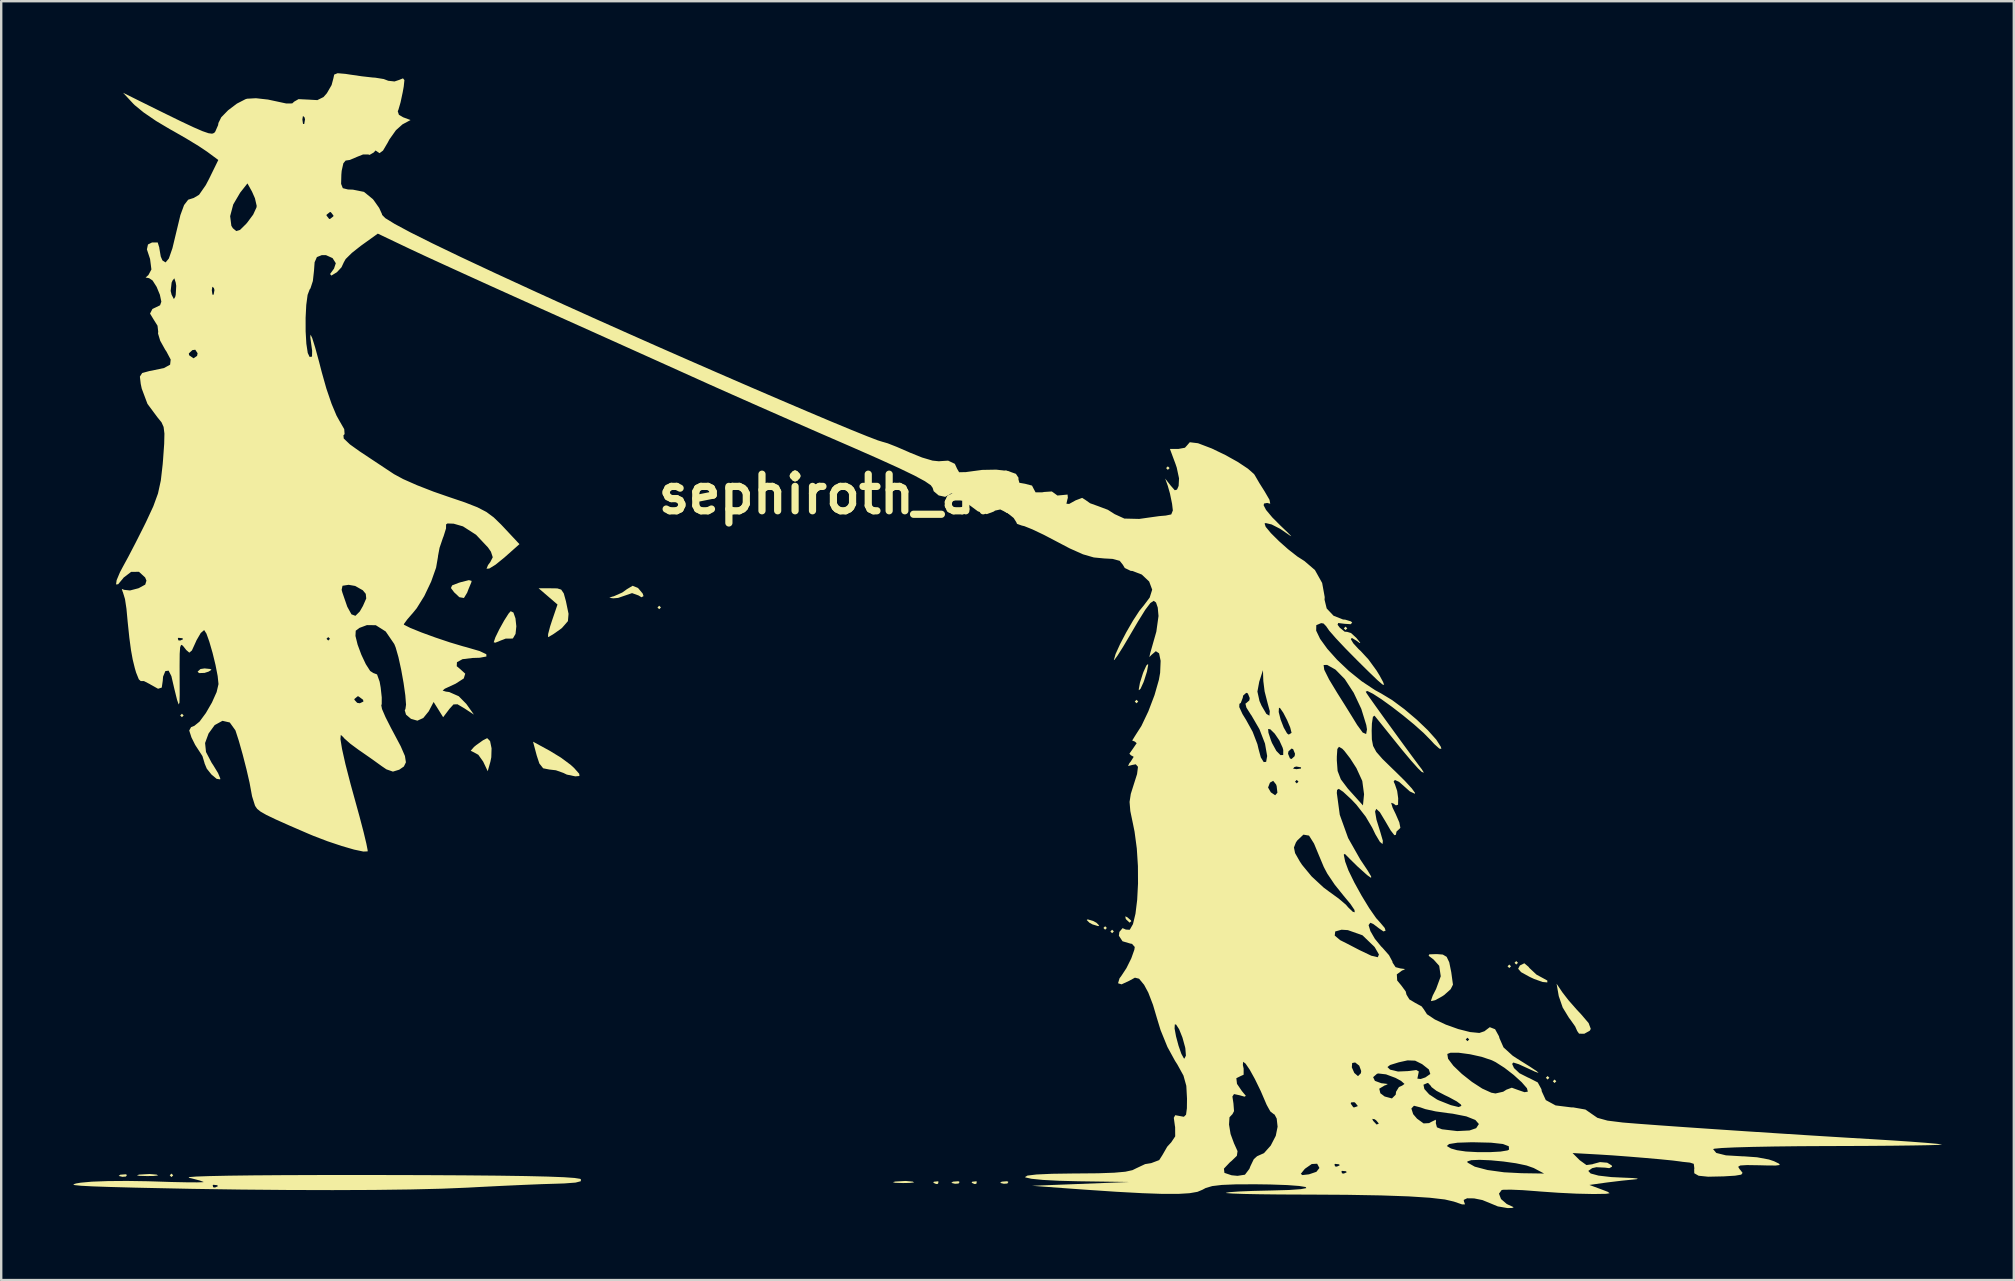
<source format=kicad_pcb>
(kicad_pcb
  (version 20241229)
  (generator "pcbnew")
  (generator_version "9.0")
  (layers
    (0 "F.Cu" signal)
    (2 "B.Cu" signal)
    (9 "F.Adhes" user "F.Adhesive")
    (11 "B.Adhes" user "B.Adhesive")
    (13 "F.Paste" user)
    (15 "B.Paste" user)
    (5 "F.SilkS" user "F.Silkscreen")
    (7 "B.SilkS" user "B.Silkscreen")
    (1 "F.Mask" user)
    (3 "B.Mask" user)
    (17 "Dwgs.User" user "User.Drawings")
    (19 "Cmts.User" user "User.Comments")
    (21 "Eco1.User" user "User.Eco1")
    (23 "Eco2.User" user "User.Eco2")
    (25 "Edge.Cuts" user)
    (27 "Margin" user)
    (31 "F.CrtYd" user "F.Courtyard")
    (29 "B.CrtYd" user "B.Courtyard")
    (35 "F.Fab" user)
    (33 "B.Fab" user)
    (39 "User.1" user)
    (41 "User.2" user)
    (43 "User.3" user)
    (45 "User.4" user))
  (footprint "sephiroth_art"
    (layer "F.Cu")
    (at 31.888 17.54)
    (property "Reference" "sephiroth_art" (at 0 0 0) (layer "F.SilkS") (effects (font (size 1.524 1.524) (thickness 0.3))))
    (attr board_only exclude_from_pos_files exclude_from_bom)
    (fp_poly (pts (xy -27.722 28.375) (xy -27.795 28.448) (xy -27.867 28.375) (xy -27.795 28.303)) (stroke (width 0) (type solid)) (fill yes) (layer "F.SilkS"))
    (fp_poly (pts (xy -27.287 9.217) (xy -27.359 9.289) (xy -27.432 9.217) (xy -27.359 9.144)) (stroke (width 0) (type solid)) (fill yes) (layer "F.SilkS"))
    (fp_poly (pts (xy -7.402 4.717) (xy -7.475 4.79) (xy -7.547 4.717) (xy -7.475 4.645)) (stroke (width 0) (type solid)) (fill yes) (layer "F.SilkS"))
    (fp_poly (pts (xy 11.176 18.07) (xy 11.103 18.143) (xy 11.031 18.07) (xy 11.103 17.998)) (stroke (width 0) (type solid)) (fill yes) (layer "F.SilkS"))
    (fp_poly (pts (xy 11.466 18.215) (xy 11.394 18.288) (xy 11.321 18.215) (xy 11.394 18.143)) (stroke (width 0) (type solid)) (fill yes) (layer "F.SilkS"))
    (fp_poly (pts (xy 12.482 8.636) (xy 12.41 8.709) (xy 12.337 8.636) (xy 12.41 8.563)) (stroke (width 0) (type solid)) (fill yes) (layer "F.SilkS"))
    (fp_poly (pts (xy 13.789 -1.089) (xy 13.716 -1.016) (xy 13.643 -1.089) (xy 13.716 -1.161)) (stroke (width 0) (type solid)) (fill yes) (layer "F.SilkS"))
    (fp_poly (pts (xy 21.191 5.588) (xy 21.118 5.661) (xy 21.046 5.588) (xy 21.118 5.515)) (stroke (width 0) (type solid)) (fill yes) (layer "F.SilkS"))
    (fp_poly (pts (xy 28.013 19.667) (xy 27.94 19.739) (xy 27.867 19.667) (xy 27.94 19.594)) (stroke (width 0) (type solid)) (fill yes) (layer "F.SilkS"))
    (fp_poly (pts (xy 28.303 19.522) (xy 28.23 19.594) (xy 28.158 19.522) (xy 28.23 19.449)) (stroke (width 0) (type solid)) (fill yes) (layer "F.SilkS"))
    (fp_poly (pts (xy 29.609 24.311) (xy 29.537 24.384) (xy 29.464 24.311) (xy 29.537 24.239)) (stroke (width 0) (type solid)) (fill yes) (layer "F.SilkS"))
    (fp_poly (pts (xy 29.899 24.457) (xy 29.827 24.529) (xy 29.754 24.457) (xy 29.827 24.384)) (stroke (width 0) (type solid)) (fill yes) (layer "F.SilkS"))
    (fp_poly (pts (xy -29.648 28.36) (xy -29.692 28.426) (xy -29.839 28.437) (xy -29.994 28.401) (xy -29.927 28.349) (xy -29.7 28.332)) (stroke (width 0) (type solid)) (fill yes) (layer "F.SilkS"))
    (fp_poly (pts (xy 4.161 28.642) (xy 4.141 28.728) (xy 4.064 28.738) (xy 3.945 28.685) (xy 3.967 28.642) (xy 4.139 28.624)) (stroke (width 0) (type solid)) (fill yes) (layer "F.SilkS"))
    (fp_poly (pts (xy 5.041 28.651) (xy 4.997 28.717) (xy 4.85 28.727) (xy 4.695 28.691) (xy 4.763 28.639) (xy 4.989 28.622)) (stroke (width 0) (type solid)) (fill yes) (layer "F.SilkS"))
    (fp_poly (pts (xy 5.757 28.642) (xy 5.737 28.728) (xy 5.661 28.738) (xy 5.541 28.685) (xy 5.564 28.642) (xy 5.736 28.624)) (stroke (width 0) (type solid)) (fill yes) (layer "F.SilkS"))
    (fp_poly (pts (xy 7.073 28.651) (xy 7.029 28.717) (xy 6.882 28.727) (xy 6.727 28.691) (xy 6.795 28.639) (xy 7.021 28.622)) (stroke (width 0) (type solid)) (fill yes) (layer "F.SilkS"))
    (fp_poly (pts (xy 12.024 17.621) (xy 12.179 17.756) (xy 12.192 17.789) (xy 12.123 17.848) (xy 11.98 17.715) (xy 11.96 17.685) (xy 11.943 17.586)) (stroke (width 0) (type solid)) (fill yes) (layer "F.SilkS"))
    (fp_poly (pts (xy -28.41 28.346) (xy -28.351 28.38) (xy -28.541 28.402) (xy -28.811 28.406) (xy -29.14 28.396) (xy -29.236 28.37) (xy -29.135 28.344) (xy -28.706 28.32)) (stroke (width 0) (type solid)) (fill yes) (layer "F.SilkS"))
    (fp_poly (pts (xy -26.18 7.281) (xy -26.126 7.313) (xy -26.245 7.389) (xy -26.416 7.444) (xy -26.647 7.452) (xy -26.706 7.389) (xy -26.585 7.282) (xy -26.416 7.257)) (stroke (width 0) (type solid)) (fill yes) (layer "F.SilkS"))
    (fp_poly (pts (xy 3.086 28.636) (xy 3.145 28.67) (xy 2.955 28.692) (xy 2.685 28.697) (xy 2.356 28.686) (xy 2.26 28.66) (xy 2.361 28.634) (xy 2.79 28.61)) (stroke (width 0) (type solid)) (fill yes) (layer "F.SilkS"))
    (fp_poly (pts (xy 10.616 17.784) (xy 10.741 17.853) (xy 10.857 17.968) (xy 10.813 17.993) (xy 10.575 17.921) (xy 10.45 17.853) (xy 10.334 17.738) (xy 10.378 17.712)) (stroke (width 0) (type solid)) (fill yes) (layer "F.SilkS"))
    (fp_poly (pts (xy -15.289 3.611) (xy -15.304 3.676) (xy -15.422 3.959) (xy -15.475 4.1) (xy -15.61 4.323) (xy -15.801 4.29) (xy -16.016 4.088) (xy -16.152 3.908) (xy -16.101 3.797) (xy -15.822 3.689) (xy -15.74 3.664) (xy -15.403 3.579)) (stroke (width 0) (type solid)) (fill yes) (layer "F.SilkS"))
    (fp_poly (pts (xy 12.896 7.112) (xy 12.846 7.387) (xy 12.723 7.777) (xy 12.7 7.838) (xy 12.578 8.106) (xy 12.51 8.165) (xy 12.504 8.128) (xy 12.554 7.853) (xy 12.677 7.463) (xy 12.7 7.402) (xy 12.822 7.134) (xy 12.89 7.075)) (stroke (width 0) (type solid)) (fill yes) (layer "F.SilkS"))
    (fp_poly (pts (xy -14.521 10.284) (xy -14.459 10.585) (xy -14.47 10.959) (xy -14.507 11.142) (xy -14.619 11.539) (xy -14.808 11.14) (xy -15.011 10.855) (xy -15.227 10.737) (xy -15.328 10.687) (xy -15.19 10.528) (xy -15.095 10.45) (xy -14.816 10.251) (xy -14.643 10.163) (xy -14.64 10.163)) (stroke (width 0) (type solid)) (fill yes) (layer "F.SilkS"))
    (fp_poly (pts (xy 28.744 19.69) (xy 28.777 19.736) (xy 29.075 20.014) (xy 29.318 20.146) (xy 29.525 20.26) (xy 29.525 20.339) (xy 29.325 20.32) (xy 28.974 20.194) (xy 28.791 20.109) (xy 28.434 19.912) (xy 28.31 19.77) (xy 28.379 19.637) (xy 28.384 19.632) (xy 28.567 19.541)) (stroke (width 0) (type solid)) (fill yes) (layer "F.SilkS"))
    (fp_poly (pts (xy -13.549 4.928) (xy -13.463 5.172) (xy -13.427 5.505) (xy -13.46 5.819) (xy -13.57 6.008) (xy -13.657 6.015) (xy -13.87 6.015) (xy -14.076 6.094) (xy -14.301 6.185) (xy -14.369 6.168) (xy -14.301 5.964) (xy -14.135 5.624) (xy -13.931 5.257) (xy -13.748 4.97) (xy -13.662 4.874)) (stroke (width 0) (type solid)) (fill yes) (layer "F.SilkS"))
    (fp_poly (pts (xy -12.034 10.689) (xy -11.568 10.974) (xy -11.162 11.275) (xy -11.013 11.413) (xy -10.807 11.647) (xy -10.797 11.739) (xy -10.969 11.754) (xy -11.325 11.68) (xy -11.466 11.611) (xy -11.779 11.5) (xy -12.053 11.469) (xy -12.309 11.418) (xy -12.468 11.218) (xy -12.577 10.888) (xy -12.731 10.31)) (stroke (width 0) (type solid)) (fill yes) (layer "F.SilkS"))
    (fp_poly (pts (xy -8.368 3.901) (xy -8.348 3.917) (xy -8.164 4.136) (xy -8.128 4.245) (xy -8.214 4.293) (xy -8.336 4.217) (xy -8.606 4.12) (xy -8.835 4.199) (xy -9.188 4.32) (xy -9.388 4.337) (xy -9.553 4.315) (xy -9.443 4.27) (xy -9.362 4.25) (xy -9.012 4.094) (xy -8.82 3.956) (xy -8.583 3.814)) (stroke (width 0) (type solid)) (fill yes) (layer "F.SilkS"))
    (fp_poly (pts (xy -11.722 3.923) (xy -11.558 3.974) (xy -11.451 4.132) (xy -11.361 4.457) (xy -11.252 4.983) (xy -11.278 5.287) (xy -11.526 5.572) (xy -11.609 5.636) (xy -11.906 5.843) (xy -12.09 5.948) (xy -12.105 5.951) (xy -12.103 5.828) (xy -12.021 5.514) (xy -11.943 5.273) (xy -11.712 4.595) (xy -12.498 3.919) (xy -11.985 3.919)) (stroke (width 0) (type solid)) (fill yes) (layer "F.SilkS"))
    (fp_poly (pts (xy 30.155 20.755) (xy 30.405 21.078) (xy 30.755 21.477) (xy 30.925 21.657) (xy 31.246 22.033) (xy 31.335 22.273) (xy 31.299 22.346) (xy 31.066 22.477) (xy 30.848 22.474) (xy 30.77 22.363) (xy 30.685 22.172) (xy 30.475 21.875) (xy 30.43 21.819) (xy 30.165 21.384) (xy 30.001 20.908) (xy 30 20.901) (xy 29.911 20.393)) (stroke (width 0) (type solid)) (fill yes) (layer "F.SilkS"))
    (fp_poly (pts (xy 25.17 19.178) (xy 25.331 19.273) (xy 25.439 19.5) (xy 25.523 19.914) (xy 25.594 20.432) (xy 25.498 20.622) (xy 25.23 20.862) (xy 25.146 20.918) (xy 24.851 21.08) (xy 24.69 21.116) (xy 24.679 21.096) (xy 24.749 20.891) (xy 24.892 20.61) (xy 25.085 20.082) (xy 25.021 19.647) (xy 24.787 19.385) (xy 24.581 19.229) (xy 24.606 19.169) (xy 24.892 19.159) (xy 24.926 19.159)) (stroke (width 0) (type solid)) (fill yes) (layer "F.SilkS"))
    (fp_poly (pts (xy -19.275 28.362) (xy -17.305 28.367) (xy -15.614 28.376) (xy -14.193 28.389) (xy -13.032 28.406) (xy -12.119 28.428) (xy -11.445 28.454) (xy -11 28.485) (xy -10.772 28.521) (xy -10.739 28.536) (xy -10.74 28.621) (xy -10.96 28.678) (xy -11.428 28.713) (xy -11.784 28.725) (xy -12.355 28.742) (xy -13.132 28.774) (xy -14.033 28.815) (xy -14.974 28.862) (xy -15.458 28.888) (xy -16.521 28.932) (xy -17.836 28.964) (xy -19.368 28.984) (xy -21.079 28.991) (xy -22.931 28.986) (xy -24.887 28.969) (xy -26.911 28.939) (xy -28.966 28.896) (xy -29.319 28.888) (xy -30.328 28.861) (xy -31.068 28.836) (xy -31.561 28.81) (xy -31.789 28.787) (xy -26.077 28.787) (xy -26.057 28.873) (xy -25.981 28.883) (xy -25.861 28.83) (xy -25.884 28.787) (xy -26.056 28.769) (xy -26.077 28.787) (xy -31.789 28.787) (xy -31.827 28.783) (xy -31.888 28.751) (xy -31.764 28.713) (xy -31.578 28.682) (xy -31.114 28.64) (xy -30.441 28.615) (xy -29.641 28.609) (xy -28.793 28.622) (xy -28.558 28.629) (xy -27.809 28.653) (xy -27.181 28.666) (xy -26.721 28.669) (xy -26.478 28.661) (xy -26.453 28.653) (xy -26.615 28.591) (xy -26.955 28.502) (xy -27.078 28.475) (xy -27.057 28.449) (xy -26.761 28.426) (xy -26.206 28.407) (xy -25.407 28.39) (xy -24.38 28.377) (xy -23.14 28.368) (xy -21.702 28.363) (xy -20.082 28.361)) (stroke (width 0) (type solid)) (fill yes) (layer "F.SilkS"))
    (fp_poly (pts (xy -20.545 -17.512) (xy -20.356 -17.483) (xy -19.859 -17.411) (xy -19.424 -17.362) (xy -19.304 -17.354) (xy -18.951 -17.297) (xy -18.763 -17.225) (xy -18.502 -17.196) (xy -18.311 -17.26) (xy -18.149 -17.326) (xy -18.09 -17.253) (xy -18.118 -16.983) (xy -18.16 -16.749) (xy -18.251 -16.324) (xy -18.339 -16.02) (xy -18.367 -15.955) (xy -18.319 -15.807) (xy -18.143 -15.704) (xy -17.834 -15.589) (xy -18.17 -15.409) (xy -18.443 -15.165) (xy -18.716 -14.78) (xy -18.785 -14.649) (xy -18.981 -14.317) (xy -19.128 -14.208) (xy -19.166 -14.236) (xy -19.292 -14.321) (xy -19.368 -14.237) (xy -19.54 -14.137) (xy -19.601 -14.156) (xy -19.815 -14.154) (xy -20.063 -14.055) (xy -20.365 -13.926) (xy -20.538 -13.901) (xy -20.633 -13.789) (xy -20.703 -13.477) (xy -20.717 -13.314) (xy -20.727 -12.929) (xy -20.656 -12.75) (xy -20.44 -12.696) (xy -20.235 -12.689) (xy -19.774 -12.596) (xy -19.408 -12.297) (xy -19.371 -12.253) (xy -19.141 -11.926) (xy -19.023 -11.668) (xy -19.019 -11.637) (xy -18.887 -11.502) (xy -18.494 -11.26) (xy -17.839 -10.909) (xy -16.921 -10.45) (xy -15.739 -9.881) (xy -14.292 -9.203) (xy -12.578 -8.414) (xy -11.466 -7.908) (xy -10.236 -7.353) (xy -8.94 -6.774) (xy -7.606 -6.182) (xy -6.259 -5.59) (xy -4.929 -5.009) (xy -3.643 -4.451) (xy -2.427 -3.928) (xy -1.309 -3.451) (xy -0.317 -3.032) (xy 0.522 -2.684) (xy 1.18 -2.418) (xy 1.631 -2.245) (xy 1.846 -2.178) (xy 1.853 -2.177) (xy 2.045 -2.121) (xy 2.423 -1.972) (xy 2.908 -1.762) (xy 2.966 -1.735) (xy 3.478 -1.529) (xy 3.914 -1.4) (xy 4.186 -1.372) (xy 4.2 -1.376) (xy 4.562 -1.399) (xy 4.842 -1.266) (xy 4.935 -1.062) (xy 5.02 -0.916) (xy 5.31 -0.922) (xy 5.334 -0.927) (xy 5.973 -1.013) (xy 6.567 -1.024) (xy 7.056 -0.967) (xy 7.386 -0.849) (xy 7.498 -0.679) (xy 7.488 -0.634) (xy 7.53 -0.477) (xy 7.77 -0.435) (xy 8.057 -0.36) (xy 8.128 -0.221) (xy 8.204 -0.08) (xy 8.473 -0.078) (xy 8.563 -0.094) (xy 8.882 -0.115) (xy 8.999 -0.032) (xy 9.115 0.054) (xy 9.314 0.036) (xy 9.538 0.014) (xy 9.55 0.154) (xy 9.536 0.194) (xy 9.49 0.395) (xy 9.603 0.405) (xy 9.876 0.254) (xy 10.146 0.152) (xy 10.273 0.232) (xy 10.479 0.377) (xy 10.813 0.497) (xy 11.217 0.649) (xy 11.501 0.83) (xy 11.904 1.014) (xy 12.524 1.029) (xy 12.918 0.973) (xy 13.357 0.912) (xy 13.626 0.889) (xy 13.857 0.842) (xy 13.924 0.676) (xy 13.892 0.399) (xy 13.804 -0.029) (xy 13.709 -0.363) (xy 13.604 -0.653) (xy 13.831 -0.363) (xy 14.005 -0.165) (xy 14.098 -0.194) (xy 14.165 -0.347) (xy 14.182 -0.661) (xy 14.086 -1.11) (xy 14.037 -1.255) (xy 13.802 -1.887) (xy 14.158 -1.887) (xy 14.428 -1.937) (xy 14.514 -2.032) (xy 14.629 -2.166) (xy 14.974 -2.124) (xy 15.546 -1.906) (xy 16.112 -1.633) (xy 16.631 -1.344) (xy 17.053 -1.063) (xy 17.306 -0.84) (xy 17.334 -0.799) (xy 17.53 -0.462) (xy 17.744 -0.123) (xy 17.95 0.231) (xy 17.982 0.396) (xy 17.853 0.363) (xy 17.722 0.388) (xy 17.707 0.463) (xy 17.807 0.654) (xy 18.067 0.966) (xy 18.406 1.306) (xy 18.709 1.595) (xy 18.857 1.748) (xy 18.822 1.736) (xy 18.806 1.724) (xy 18.403 1.446) (xy 18.039 1.259) (xy 17.792 1.201) (xy 17.746 1.219) (xy 17.792 1.359) (xy 18.009 1.62) (xy 18.339 1.949) (xy 18.724 2.291) (xy 19.106 2.591) (xy 19.407 2.784) (xy 19.843 3.158) (xy 20.144 3.697) (xy 20.251 4.285) (xy 20.244 4.395) (xy 20.333 4.759) (xy 20.62 5.063) (xy 21.014 5.219) (xy 21.105 5.225) (xy 21.345 5.298) (xy 21.396 5.349) (xy 21.333 5.415) (xy 21.078 5.398) (xy 20.813 5.365) (xy 20.787 5.438) (xy 20.881 5.563) (xy 21.082 5.727) (xy 21.188 5.735) (xy 21.348 5.783) (xy 21.571 5.988) (xy 21.734 6.189) (xy 21.704 6.197) (xy 21.59 6.112) (xy 21.382 5.986) (xy 21.338 6.036) (xy 21.44 6.209) (xy 21.668 6.458) (xy 21.749 6.531) (xy 22.073 6.882) (xy 22.411 7.347) (xy 22.54 7.558) (xy 22.681 7.818) (xy 22.727 7.945) (xy 22.656 7.925) (xy 22.445 7.743) (xy 22.071 7.383) (xy 21.618 6.935) (xy 21.125 6.436) (xy 20.718 6.004) (xy 20.437 5.682) (xy 20.321 5.515) (xy 20.32 5.509) (xy 20.202 5.386) (xy 20.102 5.37) (xy 19.9 5.455) (xy 19.895 5.684) (xy 20.058 6.025) (xy 20.359 6.441) (xy 20.767 6.897) (xy 21.254 7.359) (xy 21.79 7.791) (xy 22.344 8.159) (xy 22.602 8.3) (xy 23.059 8.576) (xy 23.572 8.957) (xy 24.086 9.392) (xy 24.547 9.832) (xy 24.9 10.227) (xy 25.091 10.526) (xy 25.11 10.609) (xy 25.027 10.598) (xy 24.816 10.409) (xy 24.676 10.256) (xy 24.371 9.946) (xy 23.97 9.588) (xy 23.515 9.214) (xy 23.051 8.856) (xy 22.621 8.546) (xy 22.266 8.316) (xy 22.032 8.198) (xy 21.961 8.223) (xy 21.984 8.273) (xy 22.108 8.456) (xy 22.364 8.817) (xy 22.709 9.298) (xy 23.104 9.842) (xy 23.506 10.394) (xy 23.875 10.897) (xy 24.17 11.294) (xy 24.295 11.458) (xy 24.384 11.601) (xy 24.294 11.57) (xy 24.136 11.419) (xy 23.849 11.097) (xy 23.482 10.659) (xy 23.286 10.417) (xy 22.902 9.939) (xy 22.582 9.541) (xy 22.372 9.282) (xy 22.324 9.224) (xy 22.259 9.274) (xy 22.217 9.55) (xy 22.207 9.849) (xy 22.215 10.214) (xy 22.266 10.486) (xy 22.4 10.735) (xy 22.657 11.029) (xy 23.077 11.439) (xy 23.187 11.544) (xy 23.592 11.944) (xy 23.881 12.259) (xy 24.015 12.446) (xy 24.007 12.478) (xy 23.8 12.383) (xy 23.586 12.192) (xy 23.35 11.983) (xy 23.174 11.904) (xy 23.123 11.972) (xy 23.175 12.083) (xy 23.269 12.358) (xy 23.312 12.668) (xy 23.306 12.936) (xy 23.216 12.962) (xy 23.113 12.886) (xy 23.018 12.855) (xy 23.077 13.052) (xy 23.205 13.318) (xy 23.359 13.673) (xy 23.403 13.896) (xy 23.371 13.934) (xy 23.242 14.054) (xy 23.216 14.188) (xy 23.154 14.205) (xy 22.998 14.006) (xy 22.787 13.643) (xy 22.547 13.245) (xy 22.398 13.108) (xy 22.349 13.218) (xy 22.407 13.558) (xy 22.565 14.066) (xy 22.673 14.44) (xy 22.66 14.574) (xy 22.549 14.481) (xy 22.364 14.171) (xy 22.229 13.891) (xy 21.955 13.428) (xy 21.569 12.933) (xy 21.354 12.707) (xy 21.018 12.396) (xy 20.837 12.274) (xy 20.766 12.32) (xy 20.755 12.446) (xy 20.878 13.355) (xy 21.227 14.325) (xy 21.732 15.216) (xy 22.038 15.674) (xy 22.185 15.922) (xy 22.183 15.983) (xy 22.041 15.884) (xy 21.972 15.826) (xy 21.608 15.499) (xy 21.294 15.19) (xy 21.278 15.173) (xy 21.09 14.983) (xy 21.044 15.015) (xy 21.102 15.298) (xy 21.106 15.313) (xy 21.239 15.673) (xy 21.482 16.171) (xy 21.787 16.723) (xy 22.106 17.246) (xy 22.391 17.656) (xy 22.562 17.846) (xy 22.749 18.068) (xy 22.787 18.183) (xy 22.7 18.215) (xy 22.522 18.093) (xy 22.279 17.908) (xy 22.149 17.853) (xy 22.079 17.952) (xy 22.154 18.2) (xy 22.339 18.52) (xy 22.597 18.836) (xy 22.659 18.897) (xy 22.929 19.203) (xy 23.071 19.468) (xy 23.078 19.514) (xy 23.203 19.703) (xy 23.404 19.756) (xy 23.601 19.781) (xy 23.518 19.828) (xy 23.477 19.839) (xy 23.255 20.002) (xy 23.27 20.258) (xy 23.441 20.465) (xy 23.625 20.714) (xy 23.658 20.849) (xy 23.779 21.047) (xy 24.021 21.191) (xy 24.29 21.338) (xy 24.384 21.465) (xy 24.511 21.664) (xy 24.842 21.884) (xy 25.302 22.099) (xy 25.815 22.282) (xy 26.304 22.406) (xy 26.695 22.444) (xy 26.912 22.37) (xy 26.918 22.362) (xy 27.128 22.203) (xy 27.349 22.289) (xy 27.512 22.584) (xy 27.53 22.659) (xy 27.7 23.045) (xy 28.08 23.391) (xy 28.237 23.494) (xy 28.784 23.837) (xy 29.089 24.04) (xy 29.161 24.111) (xy 29.009 24.056) (xy 28.78 23.95) (xy 28.337 23.747) (xy 28.11 23.676) (xy 28.059 23.734) (xy 28.137 23.907) (xy 28.365 24.122) (xy 28.73 24.307) (xy 28.761 24.318) (xy 29.125 24.504) (xy 29.279 24.787) (xy 29.293 24.875) (xy 29.462 25.241) (xy 29.87 25.463) (xy 30.526 25.545) (xy 30.602 25.545) (xy 31.113 25.635) (xy 31.371 25.814) (xy 31.612 25.98) (xy 32.033 26.096) (xy 32.673 26.176) (xy 33.306 26.227) (xy 34.182 26.292) (xy 35.255 26.368) (xy 36.48 26.452) (xy 37.808 26.541) (xy 39.195 26.631) (xy 40.594 26.72) (xy 41.959 26.804) (xy 43 26.866) (xy 43.895 26.921) (xy 44.679 26.974) (xy 45.311 27.022) (xy 45.749 27.061) (xy 45.952 27.089) (xy 45.96 27.095) (xy 45.808 27.108) (xy 45.4 27.12) (xy 44.77 27.131) (xy 43.954 27.141) (xy 42.986 27.149) (xy 41.9 27.154) (xy 41.17 27.156) (xy 40.03 27.162) (xy 38.988 27.174) (xy 38.08 27.191) (xy 37.337 27.212) (xy 36.796 27.237) (xy 36.489 27.265) (xy 36.431 27.283) (xy 36.564 27.443) (xy 36.966 27.543) (xy 37.646 27.583) (xy 37.713 27.584) (xy 38.26 27.623) (xy 38.758 27.716) (xy 38.971 27.788) (xy 39.176 27.889) (xy 39.211 27.945) (xy 39.039 27.967) (xy 38.627 27.963) (xy 38.374 27.956) (xy 37.846 27.948) (xy 37.562 27.965) (xy 37.475 28.02) (xy 37.54 28.125) (xy 37.566 28.152) (xy 37.66 28.274) (xy 37.603 28.347) (xy 37.349 28.39) (xy 36.872 28.419) (xy 36.225 28.433) (xy 35.829 28.393) (xy 35.647 28.289) (xy 35.643 28.112) (xy 35.651 28.091) (xy 35.626 27.896) (xy 35.467 27.845) (xy 35.16 27.813) (xy 35.052 27.797) (xy 34.755 27.759) (xy 34.247 27.708) (xy 33.604 27.651) (xy 32.906 27.594) (xy 32.229 27.543) (xy 31.653 27.507) (xy 30.576 27.447) (xy 30.875 27.746) (xy 31.155 27.947) (xy 31.409 27.913) (xy 31.428 27.903) (xy 31.72 27.824) (xy 32.022 27.85) (xy 32.207 27.963) (xy 32.222 28.016) (xy 32.106 28.077) (xy 31.934 28.055) (xy 31.567 28.037) (xy 31.393 28.077) (xy 31.231 28.192) (xy 31.329 28.298) (xy 31.658 28.387) (xy 32.189 28.448) (xy 32.657 28.47) (xy 33.088 28.488) (xy 33.295 28.511) (xy 33.25 28.536) (xy 33.165 28.545) (xy 32.63 28.598) (xy 32.044 28.669) (xy 31.931 28.684) (xy 31.278 28.776) (xy 31.786 28.964) (xy 32.047 29.064) (xy 32.12 29.121) (xy 31.975 29.146) (xy 31.581 29.152) (xy 31.351 29.152) (xy 30.744 29.139) (xy 29.993 29.102) (xy 29.241 29.05) (xy 29.101 29.038) (xy 28.501 28.993) (xy 28.004 28.972) (xy 27.686 28.977) (xy 27.623 28.988) (xy 27.511 29.139) (xy 27.596 29.363) (xy 27.834 29.569) (xy 27.924 29.612) (xy 28.124 29.703) (xy 28.06 29.735) (xy 27.867 29.74) (xy 27.462 29.67) (xy 27.142 29.537) (xy 26.821 29.406) (xy 26.472 29.336) (xy 26.183 29.332) (xy 26.041 29.4) (xy 26.053 29.464) (xy 26.097 29.585) (xy 25.971 29.586) (xy 25.631 29.469) (xy 25.254 29.381) (xy 24.628 29.309) (xy 23.744 29.252) (xy 22.595 29.212) (xy 21.173 29.187) (xy 19.469 29.177) (xy 19.316 29.177) (xy 18.384 29.173) (xy 17.563 29.164) (xy 16.891 29.151) (xy 16.41 29.134) (xy 16.159 29.115) (xy 16.132 29.104) (xy 16.295 29.076) (xy 16.691 29.048) (xy 17.261 29.025) (xy 17.947 29.009) (xy 18 29.008) (xy 18.769 28.986) (xy 19.259 28.951) (xy 19.484 28.908) (xy 19.454 28.862) (xy 19.184 28.818) (xy 18.683 28.781) (xy 17.965 28.756) (xy 17.376 28.748) (xy 16.554 28.751) (xy 15.969 28.775) (xy 15.567 28.823) (xy 15.293 28.903) (xy 15.155 28.977) (xy 14.95 29.063) (xy 14.623 29.12) (xy 14.148 29.149) (xy 13.499 29.149) (xy 12.651 29.119) (xy 11.579 29.061) (xy 10.255 28.972) (xy 9.507 28.918) (xy 8.055 28.811) (xy 12.119 28.653) (xy 9.987 28.623) (xy 9.18 28.602) (xy 8.514 28.567) (xy 8.035 28.519) (xy 7.787 28.464) (xy 7.765 28.448) (xy 7.866 28.386) (xy 8.246 28.34) (xy 8.898 28.311) (xy 9.81 28.298) (xy 9.897 28.298) (xy 10.814 28.29) (xy 11.482 28.266) (xy 11.944 28.225) (xy 12.241 28.16) (xy 12.371 28.096) (xy 16.052 28.096) (xy 16.073 28.273) (xy 16.37 28.373) (xy 16.618 28.397) (xy 16.928 28.349) (xy 16.955 28.313) (xy 19.255 28.313) (xy 19.32 28.365) (xy 19.595 28.334) (xy 19.905 28.229) (xy 19.923 28.206) (xy 20.949 28.206) (xy 20.969 28.292) (xy 21.046 28.303) (xy 21.165 28.25) (xy 21.142 28.206) (xy 20.97 28.189) (xy 20.949 28.206) (xy 19.923 28.206) (xy 20.03 28.069) (xy 19.949 27.916) (xy 20.659 27.916) (xy 20.679 28.002) (xy 20.755 28.013) (xy 20.875 27.959) (xy 20.852 27.916) (xy 20.68 27.898) (xy 20.659 27.916) (xy 19.949 27.916) (xy 19.936 27.892) (xy 19.711 27.904) (xy 19.433 28.097) (xy 19.399 28.133) (xy 19.255 28.313) (xy 16.955 28.313) (xy 17.112 28.107) (xy 17.154 27.998) (xy 17.25 27.798) (xy 26.19 27.798) (xy 26.201 27.845) (xy 26.504 28.015) (xy 27.033 28.154) (xy 27.722 28.249) (xy 28.448 28.287) (xy 29.391 28.301) (xy 28.956 28.07) (xy 28.658 27.965) (xy 28.218 27.873) (xy 27.702 27.8) (xy 27.176 27.75) (xy 26.705 27.73) (xy 26.355 27.744) (xy 26.19 27.798) (xy 17.25 27.798) (xy 17.297 27.702) (xy 17.436 27.577) (xy 17.438 27.577) (xy 17.721 27.451) (xy 17.986 27.154) (xy 25.338 27.154) (xy 25.512 27.257) (xy 25.763 27.329) (xy 26.133 27.383) (xy 26.617 27.409) (xy 27.126 27.41) (xy 27.573 27.386) (xy 27.867 27.338) (xy 27.931 27.302) (xy 27.919 27.164) (xy 27.675 27.07) (xy 27.178 27.015) (xy 26.412 26.997) (xy 26.375 26.997) (xy 25.783 27.016) (xy 25.433 27.071) (xy 25.338 27.154) (xy 17.986 27.154) (xy 18.001 27.137) (xy 18.212 26.729) (xy 18.288 26.35) (xy 18.252 26.022) (xy 22.23 26.022) (xy 22.266 26.103) (xy 22.412 26.259) (xy 22.496 26.227) (xy 22.497 26.207) (xy 22.394 26.084) (xy 22.33 26.039) (xy 22.23 26.022) (xy 18.252 26.022) (xy 18.251 26.012) (xy 18.161 25.841) (xy 18.14 25.835) (xy 17.986 25.715) (xy 17.917 25.592) (xy 23.861 25.592) (xy 23.936 25.827) (xy 24.097 26.015) (xy 24.371 26.213) (xy 24.599 26.2) (xy 24.688 26.151) (xy 24.879 26.058) (xy 24.888 26.154) (xy 24.876 26.189) (xy 24.926 26.376) (xy 25.135 26.457) (xy 25.77 26.532) (xy 26.286 26.506) (xy 26.561 26.411) (xy 26.674 26.238) (xy 26.527 26.069) (xy 26.152 25.92) (xy 25.58 25.807) (xy 25.394 25.785) (xy 24.874 25.712) (xy 24.441 25.617) (xy 24.241 25.546) (xy 23.969 25.476) (xy 23.861 25.592) (xy 17.917 25.592) (xy 17.831 25.436) (xy 17.812 25.391) (xy 21.336 25.391) (xy 21.441 25.539) (xy 21.481 25.545) (xy 21.623 25.496) (xy 21.626 25.481) (xy 21.525 25.357) (xy 21.481 25.327) (xy 21.347 25.339) (xy 21.336 25.391) (xy 17.812 25.391) (xy 17.586 24.865) (xy 17.343 24.366) (xy 17.299 24.286) (xy 22.268 24.286) (xy 22.342 24.44) (xy 22.608 24.538) (xy 22.687 24.546) (xy 22.881 24.57) (xy 22.796 24.617) (xy 22.751 24.629) (xy 22.523 24.766) (xy 22.569 24.956) (xy 22.748 25.091) (xy 23.051 25.172) (xy 23.208 25.017) (xy 23.223 24.894) (xy 23.343 24.698) (xy 23.477 24.638) (xy 23.529 24.601) (xy 24.365 24.601) (xy 24.402 24.779) (xy 24.603 25.003) (xy 24.929 25.217) (xy 25.001 25.251) (xy 25.507 25.452) (xy 25.832 25.531) (xy 25.945 25.483) (xy 25.924 25.425) (xy 25.755 25.297) (xy 25.42 25.115) (xy 25.262 25.04) (xy 24.907 24.855) (xy 24.698 24.697) (xy 24.674 24.652) (xy 24.563 24.533) (xy 24.529 24.529) (xy 24.365 24.601) (xy 23.529 24.601) (xy 23.575 24.568) (xy 23.432 24.441) (xy 23.2 24.316) (xy 22.805 24.169) (xy 22.485 24.132) (xy 22.429 24.145) (xy 22.268 24.286) (xy 17.299 24.286) (xy 17.125 23.972) (xy 17.059 23.876) (xy 21.38 23.876) (xy 21.484 24.111) (xy 21.632 24.238) (xy 21.642 24.239) (xy 21.758 24.122) (xy 21.771 24.03) (xy 21.711 23.865) (xy 22.864 23.865) (xy 22.963 23.962) (xy 22.987 23.976) (xy 23.305 24.051) (xy 23.719 24.033) (xy 23.741 24.029) (xy 24.066 23.988) (xy 24.172 24.049) (xy 24.149 24.16) (xy 24.111 24.347) (xy 24.248 24.363) (xy 24.445 24.296) (xy 24.65 24.153) (xy 24.59 23.965) (xy 24.309 23.743) (xy 24.017 23.598) (xy 23.703 23.586) (xy 23.336 23.667) (xy 22.976 23.778) (xy 22.864 23.865) (xy 21.711 23.865) (xy 21.69 23.807) (xy 21.519 23.673) (xy 21.395 23.696) (xy 21.38 23.876) (xy 17.059 23.876) (xy 16.954 23.721) (xy 16.851 23.645) (xy 16.841 23.781) (xy 16.873 23.926) (xy 16.873 24.184) (xy 16.75 24.239) (xy 16.569 24.329) (xy 16.596 24.565) (xy 16.8 24.864) (xy 16.966 25.065) (xy 16.91 25.098) (xy 16.706 25.04) (xy 16.472 24.99) (xy 16.405 25.092) (xy 16.449 25.383) (xy 16.473 25.701) (xy 16.403 25.835) (xy 16.398 25.835) (xy 16.284 25.957) (xy 16.264 26.26) (xy 16.329 26.654) (xy 16.474 27.048) (xy 16.484 27.068) (xy 16.619 27.368) (xy 16.591 27.562) (xy 16.367 27.779) (xy 16.302 27.832) (xy 16.052 28.096) (xy 12.371 28.096) (xy 12.401 28.081) (xy 12.769 27.908) (xy 13.022 27.867) (xy 13.355 27.741) (xy 13.487 27.535) (xy 13.69 27.182) (xy 13.857 27) (xy 14.022 26.752) (xy 14.019 26.365) (xy 14.008 26.304) (xy 13.964 25.979) (xy 14.024 25.87) (xy 14.215 25.905) (xy 14.384 25.936) (xy 14.474 25.848) (xy 14.509 25.582) (xy 14.514 25.18) (xy 14.485 24.646) (xy 14.366 24.219) (xy 14.111 23.756) (xy 14.017 23.61) (xy 13.699 23.029) (xy 13.413 22.326) (xy 13.392 22.257) (xy 13.996 22.257) (xy 14.057 22.588) (xy 14.161 22.976) (xy 14.279 23.315) (xy 14.383 23.502) (xy 14.405 23.513) (xy 14.468 23.39) (xy 14.463 23.319) (xy 25.358 23.319) (xy 25.39 23.519) (xy 25.612 23.813) (xy 25.965 24.151) (xy 26.386 24.484) (xy 26.815 24.762) (xy 27.191 24.933) (xy 27.365 24.965) (xy 27.688 24.892) (xy 27.823 24.806) (xy 28.045 24.725) (xy 28.3 24.818) (xy 28.575 24.912) (xy 28.714 24.889) (xy 28.675 24.746) (xy 28.457 24.496) (xy 28.125 24.194) (xy 27.742 23.897) (xy 27.37 23.659) (xy 27.214 23.582) (xy 26.79 23.439) (xy 26.302 23.331) (xy 25.84 23.269) (xy 25.494 23.267) (xy 25.358 23.319) (xy 14.463 23.319) (xy 14.445 23.088) (xy 14.436 23.041) (xy 14.346 22.715) (xy 26.126 22.715) (xy 26.198 22.787) (xy 26.271 22.715) (xy 26.198 22.642) (xy 26.126 22.715) (xy 14.346 22.715) (xy 14.323 22.632) (xy 14.186 22.29) (xy 14.061 22.096) (xy 14.006 22.086) (xy 13.996 22.257) (xy 13.392 22.257) (xy 13.266 21.844) (xy 13.097 21.273) (xy 12.902 20.765) (xy 12.727 20.439) (xy 12.516 20.184) (xy 12.344 20.141) (xy 12.095 20.277) (xy 11.787 20.419) (xy 11.641 20.374) (xy 11.702 20.169) (xy 11.778 20.067) (xy 11.991 19.743) (xy 12.192 19.337) (xy 12.32 18.978) (xy 12.337 18.862) (xy 12.222 18.732) (xy 12.156 18.721) (xy 11.827 18.624) (xy 11.676 18.394) (xy 11.677 18.387) (xy 20.668 18.387) (xy 20.895 18.578) (xy 20.909 18.585) (xy 21.162 18.712) (xy 21.547 18.912) (xy 21.699 18.991) (xy 22.194 19.227) (xy 22.462 19.289) (xy 22.51 19.175) (xy 22.343 18.885) (xy 22.32 18.853) (xy 21.824 18.375) (xy 21.216 18.16) (xy 20.952 18.143) (xy 20.689 18.216) (xy 20.668 18.387) (xy 11.677 18.387) (xy 11.696 18.236) (xy 11.83 18.077) (xy 11.969 18.138) (xy 12.129 18.145) (xy 12.263 17.909) (xy 12.367 17.478) (xy 12.438 16.9) (xy 12.473 16.222) (xy 12.469 15.491) (xy 12.422 14.754) (xy 12.417 14.717) (xy 18.969 14.717) (xy 19.016 14.951) (xy 19.215 15.301) (xy 19.312 15.447) (xy 19.706 15.923) (xy 20.203 16.384) (xy 20.435 16.557) (xy 20.833 16.845) (xy 21.132 17.099) (xy 21.234 17.217) (xy 21.42 17.395) (xy 21.501 17.417) (xy 21.491 17.32) (xy 21.321 17.067) (xy 21.039 16.728) (xy 20.67 16.269) (xy 20.358 15.805) (xy 20.213 15.53) (xy 20.007 15.038) (xy 19.808 14.559) (xy 19.805 14.552) (xy 19.597 14.222) (xy 19.363 14.182) (xy 19.103 14.43) (xy 19.049 14.512) (xy 18.969 14.717) (xy 12.417 14.717) (xy 12.329 14.059) (xy 12.265 13.741) (xy 12.152 13.199) (xy 12.121 12.818) (xy 12.172 12.484) (xy 12.256 12.218) (xy 17.891 12.218) (xy 18.006 12.419) (xy 18.187 12.541) (xy 18.28 12.435) (xy 18.248 12.157) (xy 18.224 12.09) (xy 18.131 11.974) (xy 19.014 11.974) (xy 19.086 12.047) (xy 19.159 11.974) (xy 19.086 11.902) (xy 19.014 11.974) (xy 18.131 11.974) (xy 18.104 11.94) (xy 17.97 12.016) (xy 17.891 12.218) (xy 12.256 12.218) (xy 12.265 12.19) (xy 12.433 11.659) (xy 12.462 11.432) (xy 18.932 11.432) (xy 19.074 11.455) (xy 19.262 11.428) (xy 19.265 11.379) (xy 19.07 11.344) (xy 18.986 11.367) (xy 18.932 11.432) (xy 12.462 11.432) (xy 12.471 11.356) (xy 12.379 11.251) (xy 12.228 11.28) (xy 12.059 11.324) (xy 12.108 11.213) (xy 12.173 11.131) (xy 12.293 10.94) (xy 12.2 10.886) (xy 12.187 10.886) (xy 12.114 10.809) (xy 12.265 10.595) (xy 12.417 10.372) (xy 12.342 10.305) (xy 12.23 10.262) (xy 12.336 10.089) (xy 12.336 10.088) (xy 12.614 9.654) (xy 12.904 9.044) (xy 12.971 8.867) (xy 16.691 8.867) (xy 16.826 9.16) (xy 16.975 9.402) (xy 17.248 9.896) (xy 17.447 10.414) (xy 17.49 10.599) (xy 17.589 10.964) (xy 17.709 11.159) (xy 17.811 11.15) (xy 17.822 11.085) (xy 20.755 11.085) (xy 20.788 11.528) (xy 20.922 11.877) (xy 21.211 12.26) (xy 21.3 12.36) (xy 21.844 12.964) (xy 21.89 12.499) (xy 21.816 11.945) (xy 21.572 11.411) (xy 21.311 11.005) (xy 21.067 10.689) (xy 20.982 10.602) (xy 20.845 10.522) (xy 20.777 10.614) (xy 20.756 10.929) (xy 20.755 11.085) (xy 17.822 11.085) (xy 17.853 10.907) (xy 17.763 10.389) (xy 17.529 9.783) (xy 17.527 9.781) (xy 17.893 9.781) (xy 17.907 9.937) (xy 18.012 10.256) (xy 18.054 10.362) (xy 18.236 10.694) (xy 18.408 10.869) (xy 18.521 10.864) (xy 18.522 10.813) (xy 18.723 10.813) (xy 18.802 11.006) (xy 18.869 11.031) (xy 18.997 10.913) (xy 19.014 10.813) (xy 18.935 10.62) (xy 18.869 10.595) (xy 18.74 10.713) (xy 18.723 10.813) (xy 18.522 10.813) (xy 18.524 10.656) (xy 18.498 10.559) (xy 18.361 10.257) (xy 18.167 9.973) (xy 17.984 9.793) (xy 17.893 9.781) (xy 17.527 9.781) (xy 17.2 9.218) (xy 17.172 9.18) (xy 16.989 8.89) (xy 16.947 8.724) (xy 16.974 8.709) (xy 17.11 8.591) (xy 17.127 8.491) (xy 17.048 8.298) (xy 16.982 8.273) (xy 16.851 8.39) (xy 16.837 8.479) (xy 16.754 8.695) (xy 16.697 8.733) (xy 16.691 8.867) (xy 12.971 8.867) (xy 13.161 8.368) (xy 13.203 8.221) (xy 17.447 8.221) (xy 17.533 8.613) (xy 17.618 8.807) (xy 17.821 9.152) (xy 17.947 9.226) (xy 17.96 9.072) (xy 18.334 9.072) (xy 18.414 9.387) (xy 18.544 9.723) (xy 18.682 9.964) (xy 18.753 10.015) (xy 18.868 9.943) (xy 18.869 9.938) (xy 18.814 9.719) (xy 18.684 9.41) (xy 18.528 9.109) (xy 18.395 8.915) (xy 18.345 8.893) (xy 18.334 9.072) (xy 17.96 9.072) (xy 17.963 9.04) (xy 17.869 8.694) (xy 17.747 8.214) (xy 17.693 7.78) (xy 17.678 7.33) (xy 17.524 7.809) (xy 17.447 8.221) (xy 13.203 8.221) (xy 13.342 7.735) (xy 13.394 7.443) (xy 13.408 7.115) (xy 20.205 7.115) (xy 20.231 7.312) (xy 20.433 7.717) (xy 20.769 8.273) (xy 21.095 8.791) (xy 21.39 9.266) (xy 21.595 9.6) (xy 21.604 9.615) (xy 21.834 9.929) (xy 21.977 9.99) (xy 22.012 9.798) (xy 21.983 9.616) (xy 21.775 8.942) (xy 21.459 8.273) (xy 21.086 7.7) (xy 20.706 7.313) (xy 20.673 7.291) (xy 20.352 7.111) (xy 20.205 7.115) (xy 13.408 7.115) (xy 13.415 6.94) (xy 13.35 6.628) (xy 13.215 6.539) (xy 13.033 6.694) (xy 12.945 6.786) (xy 12.98 6.625) (xy 12.986 6.604) (xy 13.236 5.727) (xy 13.327 5.074) (xy 13.295 4.722) (xy 13.223 4.511) (xy 13.128 4.44) (xy 12.987 4.534) (xy 12.775 4.815) (xy 12.468 5.309) (xy 12.136 5.875) (xy 11.847 6.363) (xy 11.62 6.722) (xy 11.488 6.903) (xy 11.466 6.909) (xy 11.539 6.656) (xy 11.726 6.243) (xy 11.984 5.75) (xy 12.267 5.261) (xy 12.531 4.856) (xy 12.714 4.632) (xy 12.96 4.304) (xy 13.063 3.976) (xy 13.063 3.974) (xy 12.937 3.636) (xy 12.629 3.346) (xy 12.245 3.198) (xy 12.169 3.193) (xy 11.921 3.073) (xy 11.841 2.939) (xy 11.71 2.774) (xy 11.408 2.694) (xy 11.059 2.675) (xy 10.632 2.634) (xy 10.18 2.503) (xy 9.626 2.256) (xy 9.112 1.986) (xy 8.553 1.693) (xy 8.071 1.464) (xy 7.735 1.329) (xy 7.634 1.306) (xy 7.432 1.234) (xy 7.402 1.164) (xy 7.293 0.991) (xy 7.039 0.784) (xy 6.734 0.635) (xy 6.516 0.683) (xy 6.465 0.721) (xy 6.172 0.83) (xy 5.802 0.713) (xy 5.323 0.357) (xy 5.237 0.28) (xy 4.889 0.007) (xy 4.685 -0.036) (xy 4.642 0.005) (xy 4.439 0.109) (xy 4.168 0.05) (xy 3.96 -0.126) (xy 3.918 -0.264) (xy 3.84 -0.375) (xy 3.594 -0.543) (xy 3.161 -0.777) (xy 2.521 -1.086) (xy 1.654 -1.48) (xy 0.541 -1.97) (xy 0.253 -2.095) (xy -0.882 -2.588) (xy -2.086 -3.115) (xy -3.286 -3.643) (xy -4.41 -4.141) (xy -5.384 -4.575) (xy -5.878 -4.798) (xy -6.68 -5.16) (xy -7.683 -5.612) (xy -8.823 -6.125) (xy -10.036 -6.671) (xy -11.258 -7.22) (xy -12.41 -7.737) (xy -13.501 -8.228) (xy -14.577 -8.714) (xy -15.589 -9.174) (xy -16.489 -9.585) (xy -17.23 -9.925) (xy -17.762 -10.174) (xy -17.836 -10.208) (xy -19.198 -10.857) (xy -19.904 -10.35) (xy -20.281 -10.052) (xy -20.537 -9.799) (xy -20.61 -9.671) (xy -20.711 -9.454) (xy -20.901 -9.25) (xy -21.132 -9.109) (xy -21.187 -9.174) (xy -21.025 -9.397) (xy -21.023 -9.399) (xy -20.948 -9.624) (xy -21.083 -9.837) (xy -21.356 -9.96) (xy -21.533 -9.961) (xy -21.736 -9.88) (xy -21.831 -9.664) (xy -21.857 -9.305) (xy -21.904 -8.883) (xy -22.003 -8.578) (xy -22.039 -8.528) (xy -22.123 -8.305) (xy -22.179 -7.885) (xy -22.206 -7.351) (xy -22.205 -6.785) (xy -22.175 -6.269) (xy -22.117 -5.885) (xy -22.039 -5.719) (xy -21.939 -5.733) (xy -21.934 -5.98) (xy -21.96 -6.164) (xy -22.011 -6.541) (xy -21.999 -6.649) (xy -21.929 -6.502) (xy -21.808 -6.114) (xy -21.64 -5.498) (xy -21.533 -5.083) (xy -21.34 -4.399) (xy -21.124 -3.766) (xy -20.917 -3.273) (xy -20.808 -3.078) (xy -20.597 -2.711) (xy -20.582 -2.504) (xy -20.63 -2.455) (xy -20.618 -2.322) (xy -20.36 -2.076) (xy -19.962 -1.791) (xy -19.421 -1.432) (xy -18.875 -1.07) (xy -18.523 -0.837) (xy -18.14 -0.63) (xy -17.563 -0.375) (xy -16.875 -0.107) (xy -16.286 0.098) (xy -15.563 0.343) (xy -15.049 0.544) (xy -14.674 0.739) (xy -14.369 0.965) (xy -14.063 1.262) (xy -13.972 1.358) (xy -13.297 2.08) (xy -13.927 2.639) (xy -14.295 2.937) (xy -14.554 3.096) (xy -14.669 3.104) (xy -14.606 2.951) (xy -14.512 2.827) (xy -14.409 2.626) (xy -14.485 2.395) (xy -14.609 2.216) (xy -15.105 1.689) (xy -15.65 1.339) (xy -16.038 1.227) (xy -16.295 1.218) (xy -16.354 1.257) (xy -16.356 1.425) (xy -16.456 1.746) (xy -16.486 1.821) (xy -16.626 2.233) (xy -16.691 2.579) (xy -16.691 2.602) (xy -16.77 3.059) (xy -16.976 3.641) (xy -17.261 4.241) (xy -17.578 4.751) (xy -17.712 4.916) (xy -17.968 5.212) (xy -18.106 5.401) (xy -18.114 5.434) (xy -17.844 5.57) (xy -17.38 5.758) (xy -16.804 5.968) (xy -16.2 6.171) (xy -15.652 6.335) (xy -15.515 6.371) (xy -14.959 6.533) (xy -14.678 6.665) (xy -14.673 6.76) (xy -14.949 6.812) (xy -15.256 6.822) (xy -15.67 6.872) (xy -15.901 6.998) (xy -15.91 7.165) (xy -15.768 7.283) (xy -15.556 7.476) (xy -15.617 7.675) (xy -15.957 7.894) (xy -16.075 7.949) (xy -16.409 8.103) (xy -16.497 8.181) (xy -16.361 8.223) (xy -16.223 8.241) (xy -15.826 8.416) (xy -15.511 8.736) (xy -15.194 9.181) (xy -15.595 8.918) (xy -15.878 8.751) (xy -16.045 8.757) (xy -16.218 8.948) (xy -16.236 8.973) (xy -16.476 9.29) (xy -16.674 8.972) (xy -16.873 8.655) (xy -17.077 9.044) (xy -17.304 9.323) (xy -17.549 9.434) (xy -17.817 9.357) (xy -18.023 9.182) (xy -18.076 8.997) (xy -18.048 8.952) (xy -18.022 8.767) (xy -18.052 8.378) (xy -18.124 7.867) (xy -18.224 7.311) (xy -18.338 6.79) (xy -18.454 6.384) (xy -18.512 6.241) (xy -18.87 5.718) (xy -19.282 5.457) (xy -19.651 5.452) (xy -19.966 5.57) (xy -20.118 5.686) (xy -20.129 5.905) (xy -20.04 6.266) (xy -19.884 6.686) (xy -19.698 7.08) (xy -19.516 7.364) (xy -19.376 7.454) (xy -19.373 7.453) (xy -19.23 7.507) (xy -19.122 7.81) (xy -19.079 8.051) (xy -19.034 8.463) (xy -19.035 8.74) (xy -19.053 8.796) (xy -19.023 8.949) (xy -18.877 9.288) (xy -18.643 9.749) (xy -18.563 9.898) (xy -18.244 10.499) (xy -18.068 10.905) (xy -18.027 11.169) (xy -18.112 11.343) (xy -18.305 11.476) (xy -18.568 11.556) (xy -18.839 11.462) (xy -19.032 11.331) (xy -19.431 11.043) (xy -19.892 10.722) (xy -19.991 10.655) (xy -20.345 10.393) (xy -20.595 10.172) (xy -20.641 10.115) (xy -20.74 10.027) (xy -20.755 10.198) (xy -20.689 10.611) (xy -20.546 11.249) (xy -20.328 12.093) (xy -20.159 12.704) (xy -19.956 13.442) (xy -19.79 14.076) (xy -19.675 14.557) (xy -19.621 14.833) (xy -19.622 14.88) (xy -19.802 14.886) (xy -20.186 14.805) (xy -20.706 14.654) (xy -21.297 14.456) (xy -21.892 14.228) (xy -22.071 14.153) (xy -22.873 13.806) (xy -23.449 13.549) (xy -23.839 13.362) (xy -24.084 13.222) (xy -24.224 13.108) (xy -24.301 12.998) (xy -24.318 12.962) (xy -24.436 12.587) (xy -24.471 12.399) (xy -24.542 12.013) (xy -24.67 11.458) (xy -24.828 10.842) (xy -24.988 10.275) (xy -25.121 9.864) (xy -25.133 9.833) (xy -25.366 9.509) (xy -25.67 9.44) (xy -25.995 9.619) (xy -26.249 9.969) (xy -26.394 10.365) (xy -26.356 10.739) (xy -26.12 11.19) (xy -26.057 11.284) (xy -25.854 11.617) (xy -25.761 11.84) (xy -25.766 11.88) (xy -25.913 11.857) (xy -26.128 11.678) (xy -26.324 11.432) (xy -26.416 11.211) (xy -26.416 11.201) (xy -26.504 10.91) (xy -26.606 10.752) (xy -26.806 10.445) (xy -26.962 10.131) (xy -27.055 9.844) (xy -26.978 9.704) (xy -26.842 9.649) (xy -26.625 9.473) (xy -26.362 9.117) (xy -26.107 8.676) (xy -26.057 8.563) (xy -20.175 8.563) (xy -20.057 8.691) (xy -19.949 8.709) (xy -19.798 8.638) (xy -19.812 8.563) (xy -19.998 8.424) (xy -20.038 8.418) (xy -20.171 8.529) (xy -20.175 8.563) (xy -26.057 8.563) (xy -25.913 8.243) (xy -25.835 7.911) (xy -25.835 7.907) (xy -25.87 7.573) (xy -25.959 7.115) (xy -26.081 6.614) (xy -26.215 6.151) (xy -26.26 6.023) (xy -21.336 6.023) (xy -21.263 6.096) (xy -21.191 6.023) (xy -21.263 5.951) (xy -21.336 6.023) (xy -26.26 6.023) (xy -26.338 5.807) (xy -26.431 5.661) (xy -26.435 5.661) (xy -26.575 5.782) (xy -26.75 6.083) (xy -26.795 6.185) (xy -26.944 6.51) (xy -27.051 6.6) (xy -27.178 6.491) (xy -27.218 6.439) (xy -27.323 6.308) (xy -27.392 6.273) (xy -27.433 6.374) (xy -27.452 6.651) (xy -27.456 7.143) (xy -27.454 7.765) (xy -27.452 8.35) (xy -27.461 8.684) (xy -27.494 8.76) (xy -27.56 8.571) (xy -27.674 8.111) (xy -27.798 7.578) (xy -27.913 7.35) (xy -28.049 7.368) (xy -28.144 7.598) (xy -28.158 7.774) (xy -28.199 8.055) (xy -28.353 8.104) (xy -28.663 7.932) (xy -28.687 7.915) (xy -28.942 7.784) (xy -29.073 7.785) (xy -29.155 7.711) (xy -29.268 7.429) (xy -29.321 7.248) (xy -29.41 6.885) (xy -29.482 6.487) (xy -29.547 5.999) (xy -27.529 5.999) (xy -27.509 6.086) (xy -27.432 6.096) (xy -27.313 6.043) (xy -27.335 5.999) (xy -27.507 5.982) (xy -27.529 5.999) (xy -29.547 5.999) (xy -29.549 5.984) (xy -29.62 5.306) (xy -29.67 4.769) (xy -29.731 4.366) (xy -29.819 4.078) (xy -29.831 4.057) (xy -29.864 3.943) (xy -29.768 3.983) (xy -29.52 4.009) (xy -29.421 3.983) (xy -20.705 3.983) (xy -20.673 4.1) (xy -20.47 4.688) (xy -20.296 5.004) (xy -20.131 5.066) (xy -19.95 4.886) (xy -19.817 4.654) (xy -19.68 4.342) (xy -19.7 4.15) (xy -19.823 4.001) (xy -20.144 3.821) (xy -20.413 3.774) (xy -20.669 3.813) (xy -20.705 3.983) (xy -29.421 3.983) (xy -29.171 3.918) (xy -29.168 3.917) (xy -28.887 3.765) (xy -28.837 3.599) (xy -28.892 3.467) (xy -29.148 3.232) (xy -29.475 3.235) (xy -29.787 3.473) (xy -29.815 3.511) (xy -30.016 3.75) (xy -30.104 3.759) (xy -30.078 3.578) (xy -29.938 3.246) (xy -29.826 3.035) (xy -29.593 2.607) (xy -29.288 2.021) (xy -28.965 1.381) (xy -28.856 1.161) (xy -28.551 0.504) (xy -28.356 -0.031) (xy -28.238 -0.571) (xy -28.161 -1.243) (xy -28.144 -1.451) (xy -28.098 -2.098) (xy -28.088 -2.525) (xy -28.122 -2.802) (xy -28.21 -2.998) (xy -28.361 -3.183) (xy -28.37 -3.193) (xy -28.795 -3.765) (xy -29.033 -4.401) (xy -29.075 -4.597) (xy -29.11 -4.9) (xy -29.015 -5.05) (xy -28.717 -5.131) (xy -28.62 -5.148) (xy -28.105 -5.258) (xy -27.851 -5.397) (xy -27.827 -5.611) (xy -27.963 -5.867) (xy -27.071 -5.867) (xy -27.06 -5.791) (xy -26.877 -5.663) (xy -26.727 -5.763) (xy -26.706 -5.874) (xy -26.803 -6.02) (xy -26.923 -6.004) (xy -27.071 -5.867) (xy -27.963 -5.867) (xy -28.004 -5.945) (xy -28.057 -6.023) (xy -28.264 -6.395) (xy -28.354 -6.694) (xy -28.347 -6.772) (xy -28.376 -7.022) (xy -28.533 -7.271) (xy -28.687 -7.526) (xy -28.588 -7.718) (xy -28.269 -7.872) (xy -28.216 -8.022) (xy -28.278 -8.313) (xy -28.343 -8.47) (xy -27.828 -8.47) (xy -27.788 -8.309) (xy -27.694 -8.131) (xy -27.638 -8.223) (xy -27.617 -8.309) (xy -27.606 -8.503) (xy -26.114 -8.503) (xy -26.088 -8.315) (xy -26.038 -8.312) (xy -26.003 -8.507) (xy -26.027 -8.591) (xy -26.091 -8.646) (xy -26.114 -8.503) (xy -27.606 -8.503) (xy -27.596 -8.68) (xy -27.617 -8.817) (xy -27.675 -8.995) (xy -27.749 -8.904) (xy -27.788 -8.817) (xy -27.828 -8.47) (xy -28.343 -8.47) (xy -28.414 -8.641) (xy -28.582 -8.905) (xy -28.726 -9.001) (xy -28.873 -9.028) (xy -28.755 -9.131) (xy -28.63 -9.364) (xy -28.686 -9.801) (xy -28.818 -10.2) (xy -28.773 -10.405) (xy -28.601 -10.49) (xy -28.368 -10.489) (xy -28.301 -10.272) (xy -28.301 -10.255) (xy -28.241 -9.904) (xy -28.171 -9.741) (xy -28.04 -9.657) (xy -27.903 -9.822) (xy -27.754 -10.25) (xy -27.585 -10.954) (xy -27.584 -10.958) (xy -27.433 -11.584) (xy -25.35 -11.584) (xy -25.3 -11.184) (xy -25.237 -11.082) (xy -25.095 -10.964) (xy -24.938 -11.012) (xy -24.689 -11.258) (xy -24.644 -11.308) (xy -24.419 -11.611) (xy -21.336 -11.611) (xy -21.226 -11.471) (xy -21.191 -11.466) (xy -21.05 -11.577) (xy -21.046 -11.611) (xy -21.156 -11.752) (xy -21.191 -11.757) (xy -21.332 -11.646) (xy -21.336 -11.611) (xy -24.419 -11.611) (xy -24.389 -11.652) (xy -24.252 -11.95) (xy -24.244 -12.013) (xy -24.317 -12.33) (xy -24.439 -12.607) (xy -24.629 -12.949) (xy -24.932 -12.564) (xy -25.221 -12.073) (xy -25.35 -11.584) (xy -27.433 -11.584) (xy -27.424 -11.625) (xy -27.269 -12.047) (xy -27.098 -12.27) (xy -26.887 -12.337) (xy -26.877 -12.337) (xy -26.645 -12.475) (xy -26.366 -12.876) (xy -26.232 -13.131) (xy -25.843 -13.925) (xy -26.311 -14.271) (xy -26.663 -14.506) (xy -27.174 -14.817) (xy -27.745 -15.145) (xy -27.867 -15.212) (xy -28.435 -15.55) (xy -28.955 -15.906) (xy -29.331 -16.214) (xy -29.383 -16.266) (xy -29.81 -16.725) (xy -29.093 -16.368) (xy -28.136 -15.895) (xy -27.407 -15.538) (xy -26.871 -15.286) (xy -26.497 -15.124) (xy -26.252 -15.04) (xy -26.102 -15.02) (xy -26.017 -15.051) (xy -25.97 -15.107) (xy -25.852 -15.376) (xy -25.838 -15.467) (xy -25.764 -15.615) (xy -22.341 -15.615) (xy -22.314 -15.427) (xy -22.264 -15.424) (xy -22.23 -15.619) (xy -22.253 -15.703) (xy -22.317 -15.758) (xy -22.341 -15.615) (xy -25.764 -15.615) (xy -25.721 -15.703) (xy -25.435 -15.996) (xy -25.069 -16.273) (xy -24.712 -16.457) (xy -24.643 -16.478) (xy -24.274 -16.498) (xy -23.773 -16.442) (xy -23.493 -16.382) (xy -23.019 -16.28) (xy -22.764 -16.281) (xy -22.681 -16.357) (xy -22.5 -16.46) (xy -22.107 -16.441) (xy -21.717 -16.419) (xy -21.461 -16.546) (xy -21.32 -16.706) (xy -21.123 -17.047) (xy -21.049 -17.325) (xy -21.015 -17.483) (xy -20.872 -17.54)) (stroke (width 0) (type solid)) (fill yes) (layer "F.SilkS")))
  (gr_rect
    (start -3 -3)
    (end 80.848 50.28)
    (stroke (width 0.1) (type default))
    (fill no)
    (layer "Edge.Cuts")))
</source>
